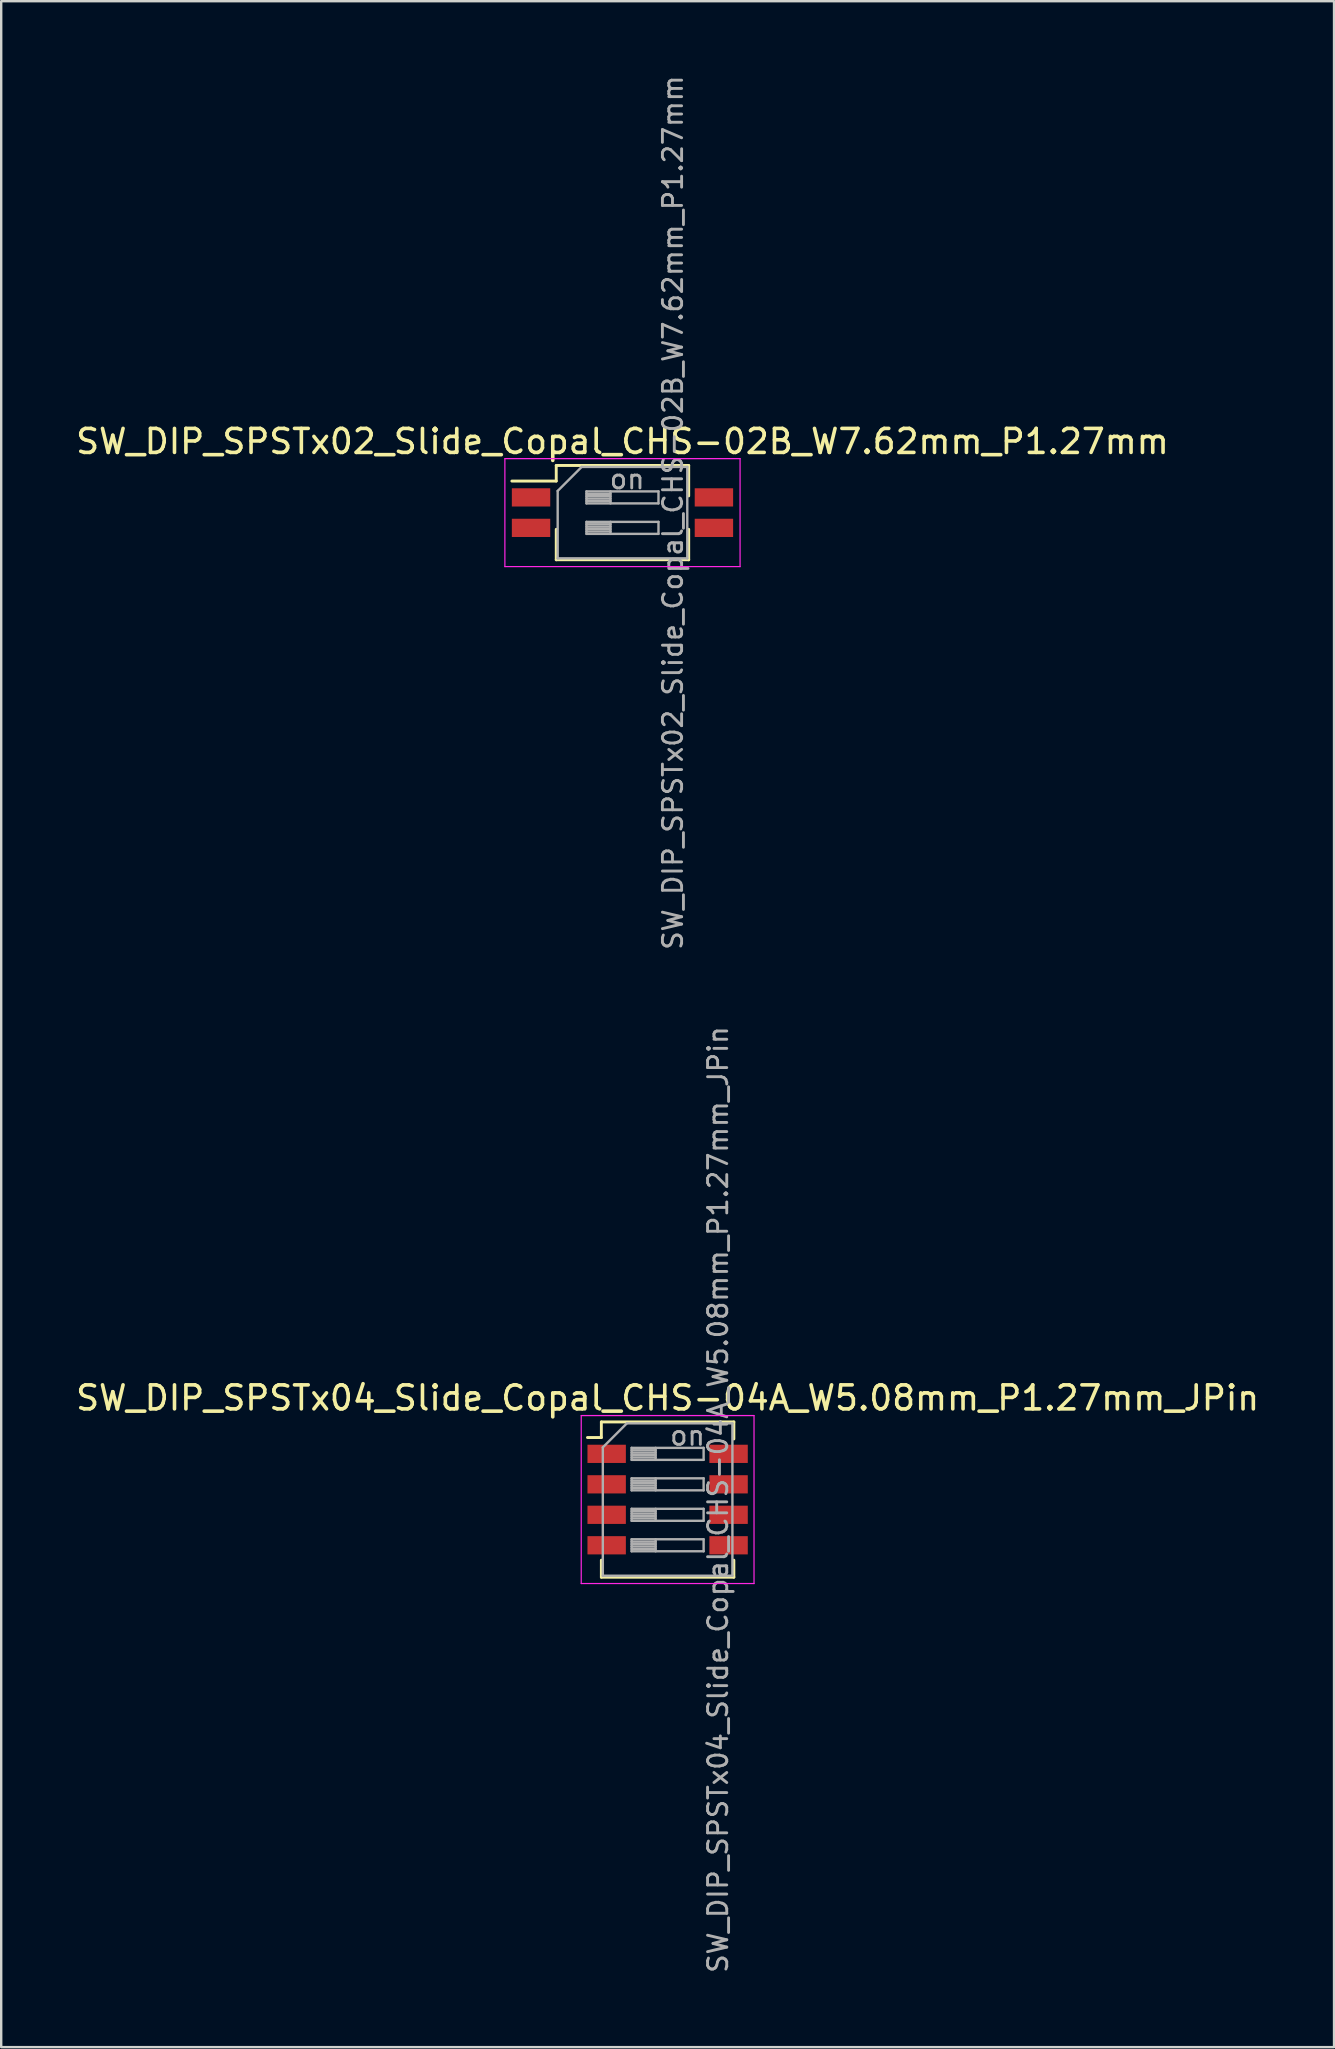
<source format=kicad_pcb>
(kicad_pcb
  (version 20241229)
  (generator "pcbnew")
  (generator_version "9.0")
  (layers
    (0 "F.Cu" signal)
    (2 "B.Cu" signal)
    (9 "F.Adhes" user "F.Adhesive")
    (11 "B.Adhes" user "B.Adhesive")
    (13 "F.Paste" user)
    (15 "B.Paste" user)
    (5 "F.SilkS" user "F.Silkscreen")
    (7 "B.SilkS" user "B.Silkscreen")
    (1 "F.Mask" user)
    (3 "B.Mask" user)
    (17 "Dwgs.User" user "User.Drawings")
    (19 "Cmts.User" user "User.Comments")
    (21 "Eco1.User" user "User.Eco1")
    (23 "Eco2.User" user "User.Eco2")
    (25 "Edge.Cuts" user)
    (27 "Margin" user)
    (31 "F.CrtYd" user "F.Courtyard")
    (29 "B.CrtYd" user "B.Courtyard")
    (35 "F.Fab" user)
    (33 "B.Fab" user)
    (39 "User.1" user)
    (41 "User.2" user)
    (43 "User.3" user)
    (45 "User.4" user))
  (footprint "SW_DIP_SPSTx04_Slide_Copal_CHS-04A_W5.08mm_P1.27mm_JPin"
    (layer "F.Cu")
    (at 24.768 59.433)
    (property "Reference" "SW_DIP_SPSTx04_Slide_Copal_CHS-04A_W5.08mm_P1.27mm_JPin" (at 0 -4.235 0) (layer "F.SilkS") (effects (font (size 1 1) (thickness 0.15))))
    (attr smd)
    (fp_line (start -3.34 -2.585) (end -2.761 -2.585) (stroke (width 0.12) (type solid)) (layer "F.SilkS"))
    (fp_line (start -2.761 -3.235) (end -2.761 -2.585) (stroke (width 0.12) (type solid)) (layer "F.SilkS"))
    (fp_line (start -2.761 -3.235) (end 2.76 -3.235) (stroke (width 0.12) (type solid)) (layer "F.SilkS"))
    (fp_line (start -2.761 2.525) (end -2.761 3.235) (stroke (width 0.12) (type solid)) (layer "F.SilkS"))
    (fp_line (start -2.761 3.235) (end 2.76 3.235) (stroke (width 0.12) (type solid)) (layer "F.SilkS"))
    (fp_line (start 2.76 -3.235) (end 2.76 -2.525) (stroke (width 0.12) (type solid)) (layer "F.SilkS"))
    (fp_line (start 2.76 2.525) (end 2.76 3.235) (stroke (width 0.12) (type solid)) (layer "F.SilkS"))
    (fp_line (start -3.6 -3.5) (end -3.6 3.5) (stroke (width 0.05) (type solid)) (layer "F.CrtYd"))
    (fp_line (start -3.6 3.5) (end 3.6 3.5) (stroke (width 0.05) (type solid)) (layer "F.CrtYd"))
    (fp_line (start 3.6 -3.5) (end -3.6 -3.5) (stroke (width 0.05) (type solid)) (layer "F.CrtYd"))
    (fp_line (start 3.6 3.5) (end 3.6 -3.5) (stroke (width 0.05) (type solid)) (layer "F.CrtYd"))
    (fp_line (start -2.7 -2.175) (end -1.7 -3.175) (stroke (width 0.1) (type solid)) (layer "F.Fab"))
    (fp_line (start -2.7 3.175) (end -2.7 -2.175) (stroke (width 0.1) (type solid)) (layer "F.Fab"))
    (fp_line (start -1.7 -3.175) (end 2.7 -3.175) (stroke (width 0.1) (type solid)) (layer "F.Fab"))
    (fp_line (start -1.5 -2.155) (end -1.5 -1.655) (stroke (width 0.1) (type solid)) (layer "F.Fab"))
    (fp_line (start -1.5 -2.055) (end -0.5 -2.055) (stroke (width 0.1) (type solid)) (layer "F.Fab"))
    (fp_line (start -1.5 -1.955) (end -0.5 -1.955) (stroke (width 0.1) (type solid)) (layer "F.Fab"))
    (fp_line (start -1.5 -1.855) (end -0.5 -1.855) (stroke (width 0.1) (type solid)) (layer "F.Fab"))
    (fp_line (start -1.5 -1.755) (end -0.5 -1.755) (stroke (width 0.1) (type solid)) (layer "F.Fab"))
    (fp_line (start -1.5 -1.655) (end 1.5 -1.655) (stroke (width 0.1) (type solid)) (layer "F.Fab"))
    (fp_line (start -1.5 -0.885) (end -1.5 -0.385) (stroke (width 0.1) (type solid)) (layer "F.Fab"))
    (fp_line (start -1.5 -0.785) (end -0.5 -0.785) (stroke (width 0.1) (type solid)) (layer "F.Fab"))
    (fp_line (start -1.5 -0.685) (end -0.5 -0.685) (stroke (width 0.1) (type solid)) (layer "F.Fab"))
    (fp_line (start -1.5 -0.585) (end -0.5 -0.585) (stroke (width 0.1) (type solid)) (layer "F.Fab"))
    (fp_line (start -1.5 -0.485) (end -0.5 -0.485) (stroke (width 0.1) (type solid)) (layer "F.Fab"))
    (fp_line (start -1.5 -0.385) (end 1.5 -0.385) (stroke (width 0.1) (type solid)) (layer "F.Fab"))
    (fp_line (start -1.5 0.385) (end -1.5 0.885) (stroke (width 0.1) (type solid)) (layer "F.Fab"))
    (fp_line (start -1.5 0.485) (end -0.5 0.485) (stroke (width 0.1) (type solid)) (layer "F.Fab"))
    (fp_line (start -1.5 0.585) (end -0.5 0.585) (stroke (width 0.1) (type solid)) (layer "F.Fab"))
    (fp_line (start -1.5 0.685) (end -0.5 0.685) (stroke (width 0.1) (type solid)) (layer "F.Fab"))
    (fp_line (start -1.5 0.785) (end -0.5 0.785) (stroke (width 0.1) (type solid)) (layer "F.Fab"))
    (fp_line (start -1.5 0.885) (end 1.5 0.885) (stroke (width 0.1) (type solid)) (layer "F.Fab"))
    (fp_line (start -1.5 1.655) (end -1.5 2.155) (stroke (width 0.1) (type solid)) (layer "F.Fab"))
    (fp_line (start -1.5 1.755) (end -0.5 1.755) (stroke (width 0.1) (type solid)) (layer "F.Fab"))
    (fp_line (start -1.5 1.855) (end -0.5 1.855) (stroke (width 0.1) (type solid)) (layer "F.Fab"))
    (fp_line (start -1.5 1.955) (end -0.5 1.955) (stroke (width 0.1) (type solid)) (layer "F.Fab"))
    (fp_line (start -1.5 2.055) (end -0.5 2.055) (stroke (width 0.1) (type solid)) (layer "F.Fab"))
    (fp_line (start -1.5 2.155) (end 1.5 2.155) (stroke (width 0.1) (type solid)) (layer "F.Fab"))
    (fp_line (start -0.5 -2.155) (end -0.5 -1.655) (stroke (width 0.1) (type solid)) (layer "F.Fab"))
    (fp_line (start -0.5 -0.885) (end -0.5 -0.385) (stroke (width 0.1) (type solid)) (layer "F.Fab"))
    (fp_line (start -0.5 0.385) (end -0.5 0.885) (stroke (width 0.1) (type solid)) (layer "F.Fab"))
    (fp_line (start -0.5 1.655) (end -0.5 2.155) (stroke (width 0.1) (type solid)) (layer "F.Fab"))
    (fp_line (start 1.5 -2.155) (end -1.5 -2.155) (stroke (width 0.1) (type solid)) (layer "F.Fab"))
    (fp_line (start 1.5 -1.655) (end 1.5 -2.155) (stroke (width 0.1) (type solid)) (layer "F.Fab"))
    (fp_line (start 1.5 -0.885) (end -1.5 -0.885) (stroke (width 0.1) (type solid)) (layer "F.Fab"))
    (fp_line (start 1.5 -0.385) (end 1.5 -0.885) (stroke (width 0.1) (type solid)) (layer "F.Fab"))
    (fp_line (start 1.5 0.385) (end -1.5 0.385) (stroke (width 0.1) (type solid)) (layer "F.Fab"))
    (fp_line (start 1.5 0.885) (end 1.5 0.385) (stroke (width 0.1) (type solid)) (layer "F.Fab"))
    (fp_line (start 1.5 1.655) (end -1.5 1.655) (stroke (width 0.1) (type solid)) (layer "F.Fab"))
    (fp_line (start 1.5 2.155) (end 1.5 1.655) (stroke (width 0.1) (type solid)) (layer "F.Fab"))
    (fp_line (start 2.7 -3.175) (end 2.7 3.175) (stroke (width 0.1) (type solid)) (layer "F.Fab"))
    (fp_line (start 2.7 3.175) (end -2.7 3.175) (stroke (width 0.1) (type solid)) (layer "F.Fab"))
    (fp_text user "${REFERENCE}" (at 2.1 0 90) (layer "F.Fab") (effects (font (size 0.8 0.8) (thickness 0.12))))
    (fp_text user "on" (at 0.83 -2.665 0) (layer "F.Fab") (effects (font (size 0.8 0.8) (thickness 0.12))))
    (pad "1" smd rect (at -2.54 -1.905) (size 1.6 0.76) (layers "F.Cu" "F.Mask" "F.Paste"))
    (pad "2" smd rect (at -2.54 -0.635) (size 1.6 0.76) (layers "F.Cu" "F.Mask" "F.Paste"))
    (pad "3" smd rect (at -2.54 0.635) (size 1.6 0.76) (layers "F.Cu" "F.Mask" "F.Paste"))
    (pad "4" smd rect (at -2.54 1.905) (size 1.6 0.76) (layers "F.Cu" "F.Mask" "F.Paste"))
    (pad "5" smd rect (at 2.54 1.905) (size 1.6 0.76) (layers "F.Cu" "F.Mask" "F.Paste"))
    (pad "6" smd rect (at 2.54 0.635) (size 1.6 0.76) (layers "F.Cu" "F.Mask" "F.Paste"))
    (pad "7" smd rect (at 2.54 -0.635) (size 1.6 0.76) (layers "F.Cu" "F.Mask" "F.Paste"))
    (pad "8" smd rect (at 2.54 -1.905) (size 1.6 0.76) (layers "F.Cu" "F.Mask" "F.Paste")))
  (footprint "SW_DIP_SPSTx02_Slide_Copal_CHS-02B_W7.62mm_P1.27mm"
    (layer "F.Cu")
    (at 22.887 18.31)
    (property "Reference" "SW_DIP_SPSTx02_Slide_Copal_CHS-02B_W7.62mm_P1.27mm" (at 0 -2.965 0) (layer "F.SilkS") (effects (font (size 1 1) (thickness 0.15))))
    (attr smd)
    (fp_line (start -4.61 -1.315) (end -2.76 -1.315) (stroke (width 0.12) (type solid)) (layer "F.SilkS"))
    (fp_line (start -2.76 -1.965) (end -2.76 -1.315) (stroke (width 0.12) (type solid)) (layer "F.SilkS"))
    (fp_line (start -2.76 -1.965) (end 2.76 -1.965) (stroke (width 0.12) (type solid)) (layer "F.SilkS"))
    (fp_line (start -2.76 0.695) (end -2.76 1.965) (stroke (width 0.12) (type solid)) (layer "F.SilkS"))
    (fp_line (start -2.76 1.965) (end 2.76 1.965) (stroke (width 0.12) (type solid)) (layer "F.SilkS"))
    (fp_line (start 2.76 -1.965) (end 2.76 -0.696) (stroke (width 0.12) (type solid)) (layer "F.SilkS"))
    (fp_line (start 2.76 0.695) (end 2.76 1.965) (stroke (width 0.12) (type solid)) (layer "F.SilkS"))
    (fp_line (start -4.9 -2.25) (end -4.9 2.25) (stroke (width 0.05) (type solid)) (layer "F.CrtYd"))
    (fp_line (start -4.9 2.25) (end 4.9 2.25) (stroke (width 0.05) (type solid)) (layer "F.CrtYd"))
    (fp_line (start 4.9 -2.25) (end -4.9 -2.25) (stroke (width 0.05) (type solid)) (layer "F.CrtYd"))
    (fp_line (start 4.9 2.25) (end 4.9 -2.25) (stroke (width 0.05) (type solid)) (layer "F.CrtYd"))
    (fp_line (start -2.7 -0.905) (end -1.7 -1.905) (stroke (width 0.1) (type solid)) (layer "F.Fab"))
    (fp_line (start -2.7 1.905) (end -2.7 -0.905) (stroke (width 0.1) (type solid)) (layer "F.Fab"))
    (fp_line (start -1.7 -1.905) (end 2.7 -1.905) (stroke (width 0.1) (type solid)) (layer "F.Fab"))
    (fp_line (start -1.5 -0.885) (end -1.5 -0.385) (stroke (width 0.1) (type solid)) (layer "F.Fab"))
    (fp_line (start -1.5 -0.785) (end -0.5 -0.785) (stroke (width 0.1) (type solid)) (layer "F.Fab"))
    (fp_line (start -1.5 -0.685) (end -0.5 -0.685) (stroke (width 0.1) (type solid)) (layer "F.Fab"))
    (fp_line (start -1.5 -0.585) (end -0.5 -0.585) (stroke (width 0.1) (type solid)) (layer "F.Fab"))
    (fp_line (start -1.5 -0.485) (end -0.5 -0.485) (stroke (width 0.1) (type solid)) (layer "F.Fab"))
    (fp_line (start -1.5 -0.385) (end 1.5 -0.385) (stroke (width 0.1) (type solid)) (layer "F.Fab"))
    (fp_line (start -1.5 0.385) (end -1.5 0.885) (stroke (width 0.1) (type solid)) (layer "F.Fab"))
    (fp_line (start -1.5 0.485) (end -0.5 0.485) (stroke (width 0.1) (type solid)) (layer "F.Fab"))
    (fp_line (start -1.5 0.585) (end -0.5 0.585) (stroke (width 0.1) (type solid)) (layer "F.Fab"))
    (fp_line (start -1.5 0.685) (end -0.5 0.685) (stroke (width 0.1) (type solid)) (layer "F.Fab"))
    (fp_line (start -1.5 0.785) (end -0.5 0.785) (stroke (width 0.1) (type solid)) (layer "F.Fab"))
    (fp_line (start -1.5 0.885) (end 1.5 0.885) (stroke (width 0.1) (type solid)) (layer "F.Fab"))
    (fp_line (start -0.5 -0.885) (end -0.5 -0.385) (stroke (width 0.1) (type solid)) (layer "F.Fab"))
    (fp_line (start -0.5 0.385) (end -0.5 0.885) (stroke (width 0.1) (type solid)) (layer "F.Fab"))
    (fp_line (start 1.5 -0.885) (end -1.5 -0.885) (stroke (width 0.1) (type solid)) (layer "F.Fab"))
    (fp_line (start 1.5 -0.385) (end 1.5 -0.885) (stroke (width 0.1) (type solid)) (layer "F.Fab"))
    (fp_line (start 1.5 0.385) (end -1.5 0.385) (stroke (width 0.1) (type solid)) (layer "F.Fab"))
    (fp_line (start 1.5 0.885) (end 1.5 0.385) (stroke (width 0.1) (type solid)) (layer "F.Fab"))
    (fp_line (start 2.7 -1.905) (end 2.7 1.905) (stroke (width 0.1) (type solid)) (layer "F.Fab"))
    (fp_line (start 2.7 1.905) (end -2.7 1.905) (stroke (width 0.1) (type solid)) (layer "F.Fab"))
    (fp_text user "${REFERENCE}" (at 2.1 0 90) (layer "F.Fab") (effects (font (size 0.8 0.8) (thickness 0.12))))
    (fp_text user "on" (at 0.195 -1.395 0) (layer "F.Fab") (effects (font (size 0.8 0.8) (thickness 0.12))))
    (pad "1" smd rect (at -3.81 -0.635) (size 1.6 0.76) (layers "F.Cu" "F.Mask" "F.Paste"))
    (pad "2" smd rect (at -3.81 0.635) (size 1.6 0.76) (layers "F.Cu" "F.Mask" "F.Paste"))
    (pad "3" smd rect (at 3.81 0.635) (size 1.6 0.76) (layers "F.Cu" "F.Mask" "F.Paste"))
    (pad "4" smd rect (at 3.81 -0.635) (size 1.6 0.76) (layers "F.Cu" "F.Mask" "F.Paste")))
  (gr_rect
    (start -3 -3)
    (end 52.536 82.248)
    (stroke (width 0.1) (type default))
    (fill no)
    (layer "Edge.Cuts")))
</source>
